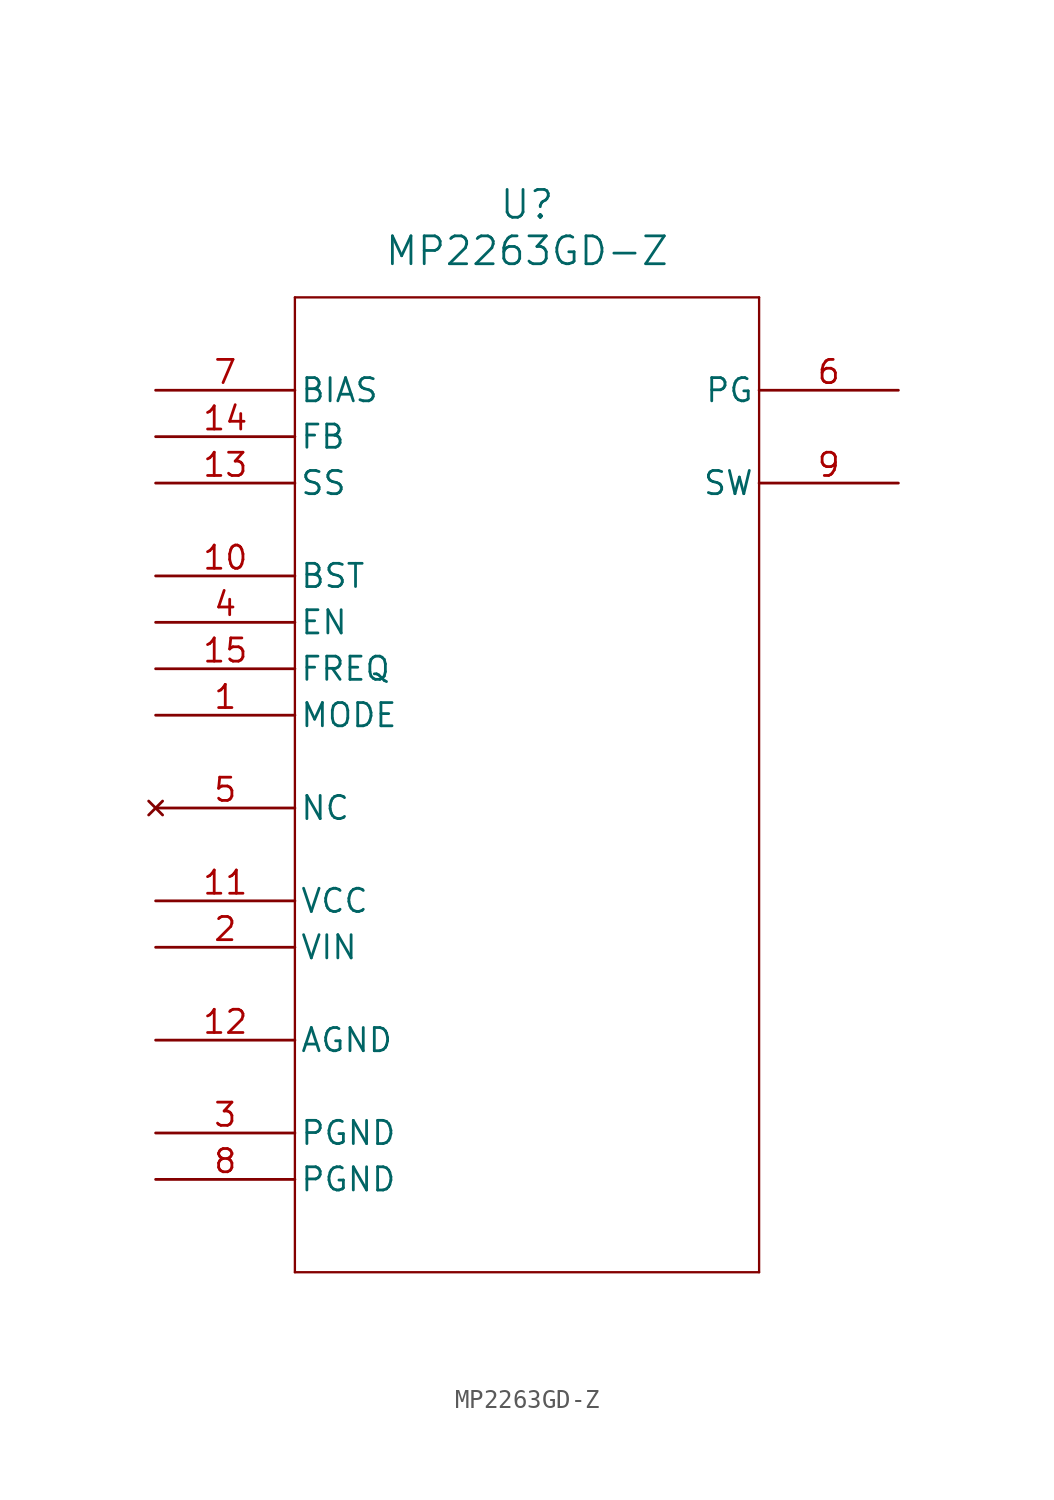
<source format=kicad_sym>
(kicad_symbol_lib
  (version 20211014)
  (generator kicad_symbol_editor)
  (symbol "MP2263GD-Z"
    (pin_names
      (offset 0.254))
    (property "Reference" "U"
      (at 20.32 10.16 0)
      (effects (font (size 1.524 1.524))))
    (property "Value" "MP2263GD-Z"
      (at 20.32 7.62 0)
      (effects (font (size 1.524 1.524))))
    (symbol "MP2263GD-Z_0_1"
      (polyline (pts (xy 7.62 5.08) (xy 7.62 -48.26)) (stroke (width 0.127) (type default) (color 0 0 0 0)) (fill (type none)))
      (polyline (pts (xy 7.62 -48.26) (xy 33.02 -48.26)) (stroke (width 0.127) (type default) (color 0 0 0 0)) (fill (type none)))
      (polyline (pts (xy 33.02 -48.26) (xy 33.02 5.08)) (stroke (width 0.127) (type default) (color 0 0 0 0)) (fill (type none)))
      (polyline (pts (xy 33.02 5.08) (xy 7.62 5.08)) (stroke (width 0.127) (type default) (color 0 0 0 0)) (fill (type none)))
      (pin unspecified line (at 0 -17.78 0) (length 7.62) (name "MODE" (effects (font (size 1.27 1.27)))) (number "1" (effects (font (size 1.27 1.27)))))
      (pin power_in line (at 0 -30.48 0) (length 7.62) (name "VIN" (effects (font (size 1.27 1.27)))) (number "2" (effects (font (size 1.27 1.27)))))
      (pin power_out line (at 0 -40.64 0) (length 7.62) (name "PGND" (effects (font (size 1.27 1.27)))) (number "3" (effects (font (size 1.27 1.27)))))
      (pin unspecified line (at 0 -12.7 0) (length 7.62) (name "EN" (effects (font (size 1.27 1.27)))) (number "4" (effects (font (size 1.27 1.27)))))
      (pin no_connect line (at 0 -22.86 0) (length 7.62) (name "NC" (effects (font (size 1.27 1.27)))) (number "5" (effects (font (size 1.27 1.27)))))
      (pin output line (at 40.64 0 180) (length 7.62) (name "PG" (effects (font (size 1.27 1.27)))) (number "6" (effects (font (size 1.27 1.27)))))
      (pin input line (at 0 0 0) (length 7.62) (name "BIAS" (effects (font (size 1.27 1.27)))) (number "7" (effects (font (size 1.27 1.27)))))
      (pin power_out line (at 0 -43.18 0) (length 7.62) (name "PGND" (effects (font (size 1.27 1.27)))) (number "8" (effects (font (size 1.27 1.27)))))
      (pin output line (at 40.64 -5.08 180) (length 7.62) (name "SW" (effects (font (size 1.27 1.27)))) (number "9" (effects (font (size 1.27 1.27)))))
      (pin unspecified line (at 0 -10.16 0) (length 7.62) (name "BST" (effects (font (size 1.27 1.27)))) (number "10" (effects (font (size 1.27 1.27)))))
      (pin power_in line (at 0 -27.94 0) (length 7.62) (name "VCC" (effects (font (size 1.27 1.27)))) (number "11" (effects (font (size 1.27 1.27)))))
      (pin power_out line (at 0 -35.56 0) (length 7.62) (name "AGND" (effects (font (size 1.27 1.27)))) (number "12" (effects (font (size 1.27 1.27)))))
      (pin input line (at 0 -5.08 0) (length 7.62) (name "SS" (effects (font (size 1.27 1.27)))) (number "13" (effects (font (size 1.27 1.27)))))
      (pin input line (at 0 -2.54 0) (length 7.62) (name "FB" (effects (font (size 1.27 1.27)))) (number "14" (effects (font (size 1.27 1.27)))))
      (pin unspecified line (at 0 -15.24 0) (length 7.62) (name "FREQ" (effects (font (size 1.27 1.27)))) (number "15" (effects (font (size 1.27 1.27))))))))
</source>
